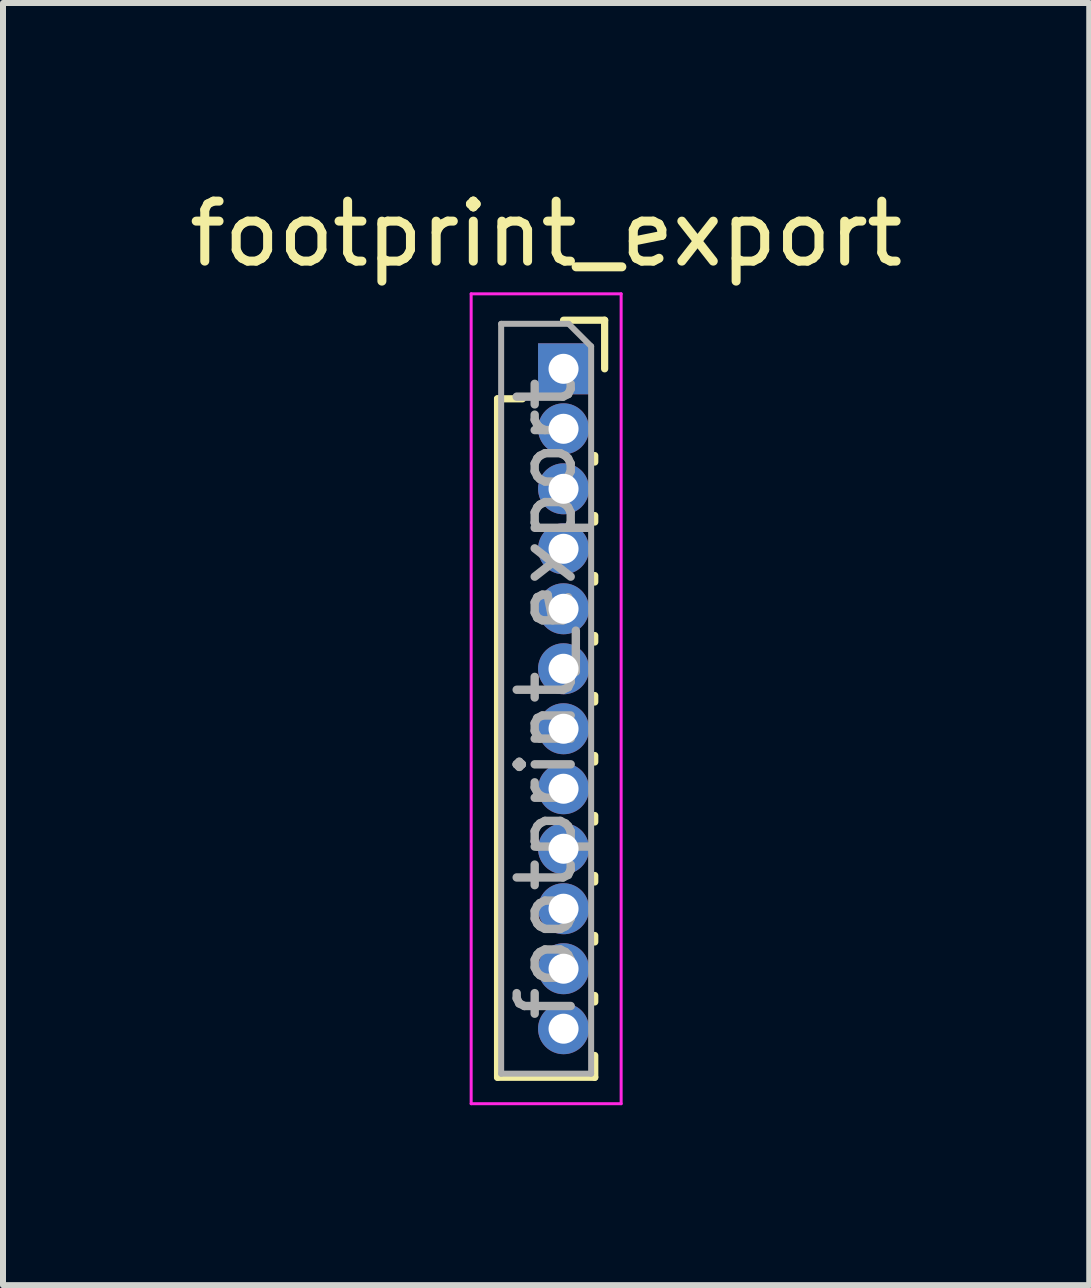
<source format=kicad_pcb>
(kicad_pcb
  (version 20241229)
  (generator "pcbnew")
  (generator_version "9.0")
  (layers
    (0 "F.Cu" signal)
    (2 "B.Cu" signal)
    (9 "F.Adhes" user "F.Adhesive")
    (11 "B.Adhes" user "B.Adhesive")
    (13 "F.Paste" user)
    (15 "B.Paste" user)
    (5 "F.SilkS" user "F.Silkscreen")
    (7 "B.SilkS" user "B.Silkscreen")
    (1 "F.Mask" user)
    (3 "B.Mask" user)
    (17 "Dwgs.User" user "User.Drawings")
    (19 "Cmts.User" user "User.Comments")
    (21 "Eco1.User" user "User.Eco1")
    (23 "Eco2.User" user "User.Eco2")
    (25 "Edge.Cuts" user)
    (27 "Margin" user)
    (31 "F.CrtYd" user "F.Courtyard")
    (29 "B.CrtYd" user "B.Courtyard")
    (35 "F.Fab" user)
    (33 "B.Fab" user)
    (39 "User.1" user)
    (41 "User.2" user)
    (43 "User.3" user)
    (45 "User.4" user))
  (footprint "footprint_export"
    (layer "F.Cu")
    (at 6.344 3.098)
    (property "Reference" "footprint_export" (at -0.29 -2.25 0) (layer "F.SilkS") (effects (font (size 1 1) (thickness 0.15))))
    (attr through_hole)
    (fp_line (start -1.1 0.5) (end -1.1 11.81) (stroke (width 0.12) (type solid)) (layer "F.SilkS"))
    (fp_line (start -1.1 0.5) (end -0.685 0.5) (stroke (width 0.12) (type solid)) (layer "F.SilkS"))
    (fp_line (start -1.1 11.81) (end 0.52 11.81) (stroke (width 0.12) (type solid)) (layer "F.SilkS"))
    (fp_line (start 0 -0.81) (end 0.685 -0.81) (stroke (width 0.12) (type solid)) (layer "F.SilkS"))
    (fp_line (start 0.52 1.446) (end 0.52 1.554) (stroke (width 0.12) (type solid)) (layer "F.SilkS"))
    (fp_line (start 0.52 2.446) (end 0.52 2.554) (stroke (width 0.12) (type solid)) (layer "F.SilkS"))
    (fp_line (start 0.52 3.446) (end 0.52 3.554) (stroke (width 0.12) (type solid)) (layer "F.SilkS"))
    (fp_line (start 0.52 4.446) (end 0.52 4.554) (stroke (width 0.12) (type solid)) (layer "F.SilkS"))
    (fp_line (start 0.52 5.446) (end 0.52 5.554) (stroke (width 0.12) (type solid)) (layer "F.SilkS"))
    (fp_line (start 0.52 6.446) (end 0.52 6.554) (stroke (width 0.12) (type solid)) (layer "F.SilkS"))
    (fp_line (start 0.52 7.446) (end 0.52 7.554) (stroke (width 0.12) (type solid)) (layer "F.SilkS"))
    (fp_line (start 0.52 8.446) (end 0.52 8.554) (stroke (width 0.12) (type solid)) (layer "F.SilkS"))
    (fp_line (start 0.52 9.446) (end 0.52 9.554) (stroke (width 0.12) (type solid)) (layer "F.SilkS"))
    (fp_line (start 0.52 10.446) (end 0.52 10.554) (stroke (width 0.12) (type solid)) (layer "F.SilkS"))
    (fp_line (start 0.52 11.446) (end 0.52 11.81) (stroke (width 0.12) (type solid)) (layer "F.SilkS"))
    (fp_line (start 0.685 -0.81) (end 0.685 0) (stroke (width 0.12) (type solid)) (layer "F.SilkS"))
    (fp_line (start -1.54 -1.25) (end 0.96 -1.25) (stroke (width 0.05) (type solid)) (layer "F.CrtYd"))
    (fp_line (start -1.54 12.25) (end -1.54 -1.25) (stroke (width 0.05) (type solid)) (layer "F.CrtYd"))
    (fp_line (start 0.96 -1.25) (end 0.96 12.25) (stroke (width 0.05) (type solid)) (layer "F.CrtYd"))
    (fp_line (start 0.96 12.25) (end -1.54 12.25) (stroke (width 0.05) (type solid)) (layer "F.CrtYd"))
    (fp_line (start -1.04 -0.75) (end 0.085 -0.75) (stroke (width 0.1) (type solid)) (layer "F.Fab"))
    (fp_line (start -1.04 11.75) (end -1.04 -0.75) (stroke (width 0.1) (type solid)) (layer "F.Fab"))
    (fp_line (start 0.085 -0.75) (end 0.46 -0.375) (stroke (width 0.1) (type solid)) (layer "F.Fab"))
    (fp_line (start 0.46 -0.375) (end 0.46 11.75) (stroke (width 0.1) (type solid)) (layer "F.Fab"))
    (fp_line (start 0.46 11.75) (end -1.04 11.75) (stroke (width 0.1) (type solid)) (layer "F.Fab"))
    (fp_text user "${REFERENCE}" (at -0.29 5.5 90) (layer "F.Fab") (effects (font (size 0.9 0.9) (thickness 0.14))))
    (pad "1" thru_hole rect (at 0 0) (size 0.85 0.85) (drill 0.5) (layers "*.Cu" "*.Mask"))
    (pad "2" thru_hole oval (at 0 1) (size 0.85 0.85) (drill 0.5) (layers "*.Cu" "*.Mask"))
    (pad "3" thru_hole oval (at 0 2) (size 0.85 0.85) (drill 0.5) (layers "*.Cu" "*.Mask"))
    (pad "4" thru_hole oval (at 0 3) (size 0.85 0.85) (drill 0.5) (layers "*.Cu" "*.Mask"))
    (pad "5" thru_hole oval (at 0 4) (size 0.85 0.85) (drill 0.5) (layers "*.Cu" "*.Mask"))
    (pad "6" thru_hole oval (at 0 5) (size 0.85 0.85) (drill 0.5) (layers "*.Cu" "*.Mask"))
    (pad "7" thru_hole oval (at 0 6) (size 0.85 0.85) (drill 0.5) (layers "*.Cu" "*.Mask"))
    (pad "8" thru_hole oval (at 0 7) (size 0.85 0.85) (drill 0.5) (layers "*.Cu" "*.Mask"))
    (pad "9" thru_hole oval (at 0 8) (size 0.85 0.85) (drill 0.5) (layers "*.Cu" "*.Mask"))
    (pad "10" thru_hole oval (at 0 9) (size 0.85 0.85) (drill 0.5) (layers "*.Cu" "*.Mask"))
    (pad "11" thru_hole oval (at 0 10) (size 0.85 0.85) (drill 0.5) (layers "*.Cu" "*.Mask"))
    (pad "12" thru_hole oval (at 0 11) (size 0.85 0.85) (drill 0.5) (layers "*.Cu" "*.Mask")))
  (gr_rect
    (start -3 -3)
    (end 15.107 18.373)
    (stroke (width 0.1) (type default))
    (fill no)
    (layer "Edge.Cuts")))
</source>
